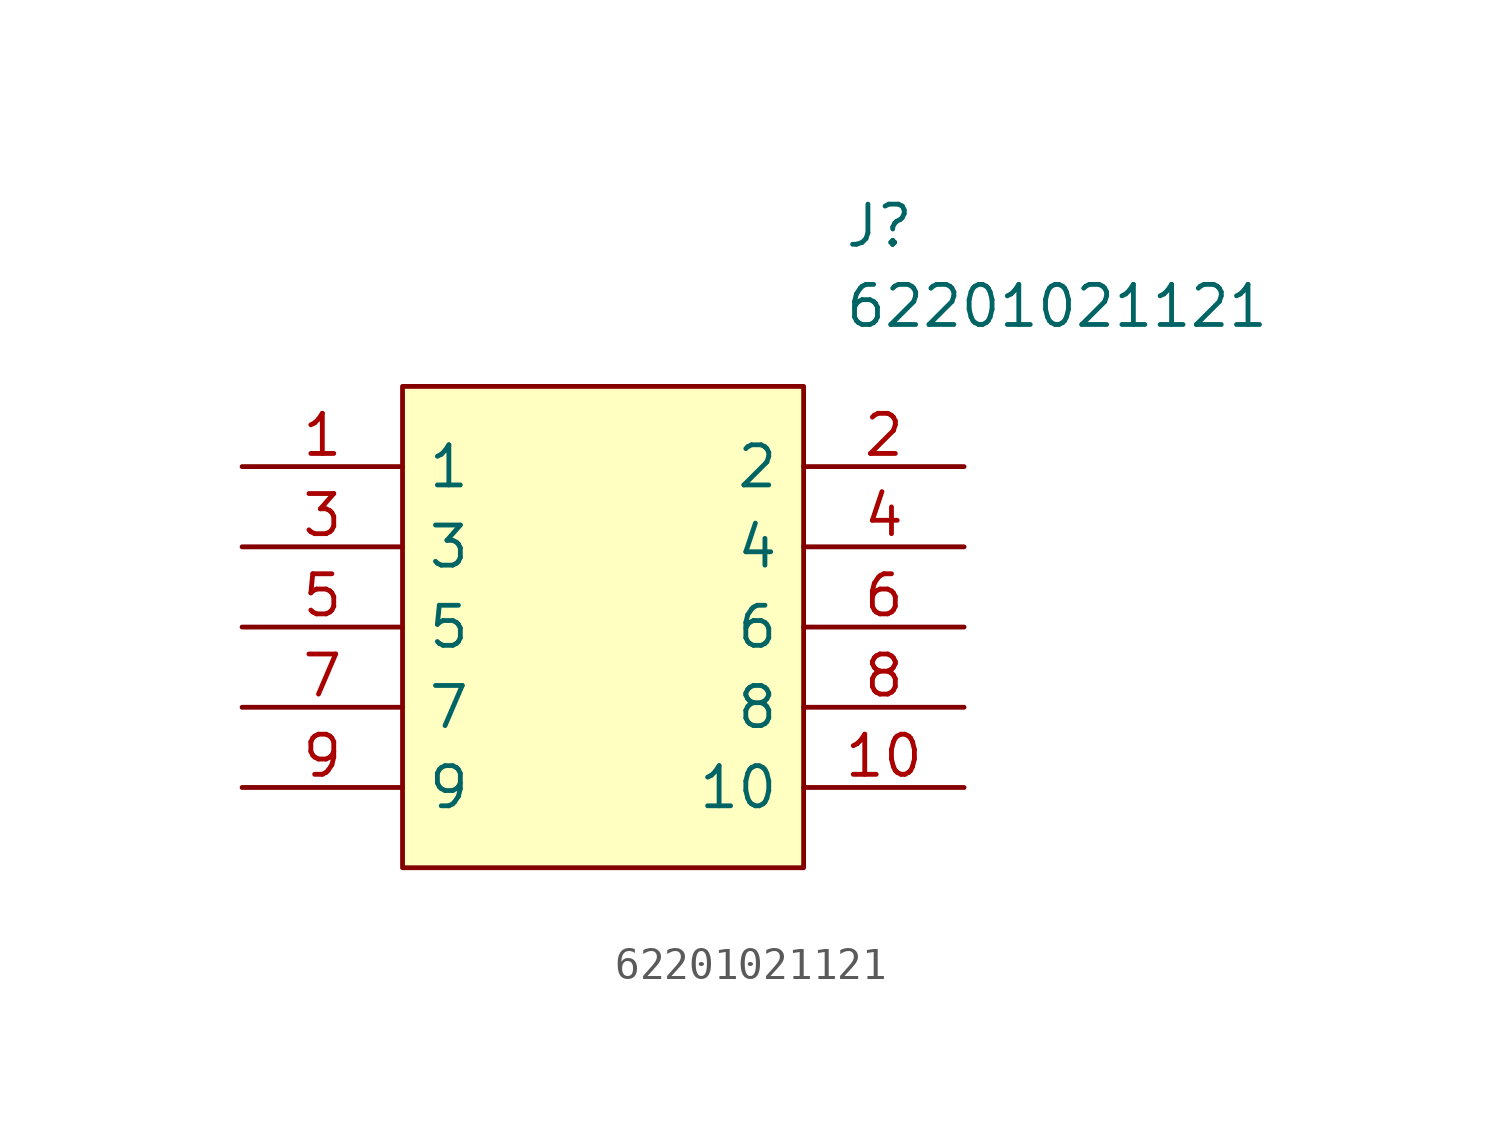
<source format=kicad_sym>
(kicad_symbol_lib
  (version 20220914)
  (generator kicad_symbol_editor)
  (symbol "62201021121"
    (pin_names
      (offset 0.762))
    (property "Reference" "J"
      (at 19.05 7.62 0)
      (effects (font (size 1.27 1.27)) (justify left)))
    (property "Value" "62201021121"
      (at 19.05 5.08 0)
      (effects (font (size 1.27 1.27)) (justify left)))
    (symbol "62201021121_0_0"
      (pin passive line (at 0 0 0) (length 5.08) (name "1" (effects (font (size 1.27 1.27)))) (number "1" (effects (font (size 1.27 1.27)))))
      (pin passive line (at 22.86 -10.16 180) (length 5.08) (name "10" (effects (font (size 1.27 1.27)))) (number "10" (effects (font (size 1.27 1.27)))))
      (pin passive line (at 22.86 0 180) (length 5.08) (name "2" (effects (font (size 1.27 1.27)))) (number "2" (effects (font (size 1.27 1.27)))))
      (pin passive line (at 0 -2.54 0) (length 5.08) (name "3" (effects (font (size 1.27 1.27)))) (number "3" (effects (font (size 1.27 1.27)))))
      (pin passive line (at 22.86 -2.54 180) (length 5.08) (name "4" (effects (font (size 1.27 1.27)))) (number "4" (effects (font (size 1.27 1.27)))))
      (pin passive line (at 0 -5.08 0) (length 5.08) (name "5" (effects (font (size 1.27 1.27)))) (number "5" (effects (font (size 1.27 1.27)))))
      (pin passive line (at 22.86 -5.08 180) (length 5.08) (name "6" (effects (font (size 1.27 1.27)))) (number "6" (effects (font (size 1.27 1.27)))))
      (pin passive line (at 0 -7.62 0) (length 5.08) (name "7" (effects (font (size 1.27 1.27)))) (number "7" (effects (font (size 1.27 1.27)))))
      (pin passive line (at 22.86 -7.62 180) (length 5.08) (name "8" (effects (font (size 1.27 1.27)))) (number "8" (effects (font (size 1.27 1.27)))))
      (pin passive line (at 0 -10.16 0) (length 5.08) (name "9" (effects (font (size 1.27 1.27)))) (number "9" (effects (font (size 1.27 1.27))))))
    (symbol "62201021121_1_1"
      (polyline (pts (xy 5.08 2.54) (xy 17.78 2.54) (xy 17.78 -12.7) (xy 5.08 -12.7) (xy 5.08 2.54)) (stroke (width 0.152) (type solid)) (fill (type background))))))
</source>
